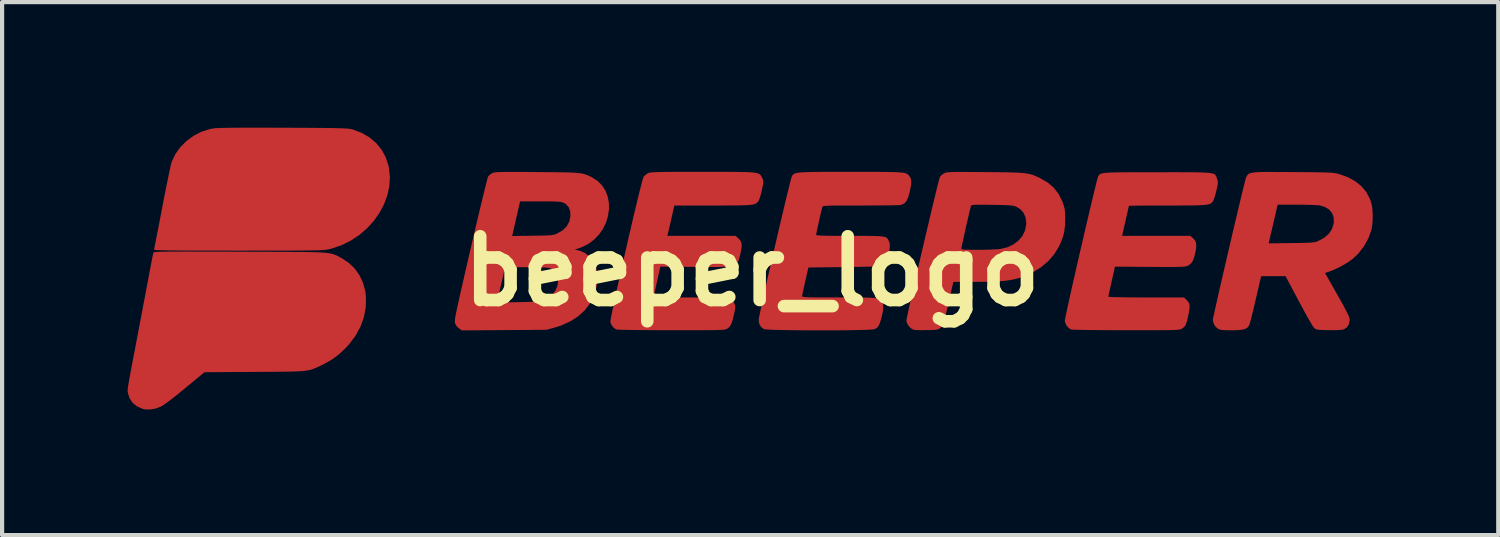
<source format=kicad_pcb>
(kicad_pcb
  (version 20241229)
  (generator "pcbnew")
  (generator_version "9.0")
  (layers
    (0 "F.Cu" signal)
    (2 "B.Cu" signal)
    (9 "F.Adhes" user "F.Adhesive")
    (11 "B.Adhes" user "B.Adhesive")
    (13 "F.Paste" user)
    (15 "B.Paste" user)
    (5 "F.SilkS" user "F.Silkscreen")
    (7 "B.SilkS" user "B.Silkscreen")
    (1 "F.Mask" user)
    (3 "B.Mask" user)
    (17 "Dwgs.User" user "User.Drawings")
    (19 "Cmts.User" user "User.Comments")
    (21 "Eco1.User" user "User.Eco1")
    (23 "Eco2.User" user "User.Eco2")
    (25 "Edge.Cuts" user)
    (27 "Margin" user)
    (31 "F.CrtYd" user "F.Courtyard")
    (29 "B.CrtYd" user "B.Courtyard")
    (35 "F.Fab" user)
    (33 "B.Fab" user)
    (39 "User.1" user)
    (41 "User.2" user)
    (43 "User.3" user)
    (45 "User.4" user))
  (footprint "beeper_logo"
    (layer "F.Cu")
    (at 14.919 3.429)
    (property "Reference" "beeper_logo" (at 0 0 0) (layer "F.SilkS") (effects (font (size 1.524 1.524) (thickness 0.3))))
    (attr board_only exclude_from_pos_files exclude_from_bom)
    (fp_poly (pts (xy -11.448 -3.428) (xy -11.169 -3.427) (xy -10.887 -3.426) (xy -10.642 -3.425) (xy -10.43 -3.423) (xy -10.25 -3.422) (xy -10.097 -3.42) (xy -9.97 -3.418) (xy -9.865 -3.415) (xy -9.781 -3.413) (xy -9.713 -3.409) (xy -9.66 -3.406) (xy -9.618 -3.401) (xy -9.585 -3.396) (xy -9.558 -3.39) (xy -9.542 -3.386) (xy -9.329 -3.305) (xy -9.142 -3.197) (xy -8.983 -3.063) (xy -8.853 -2.905) (xy -8.754 -2.724) (xy -8.688 -2.522) (xy -8.676 -2.467) (xy -8.653 -2.247) (xy -8.667 -2.025) (xy -8.716 -1.806) (xy -8.796 -1.593) (xy -8.905 -1.389) (xy -9.041 -1.197) (xy -9.202 -1.021) (xy -9.385 -0.864) (xy -9.587 -0.73) (xy -9.807 -0.621) (xy -10.042 -0.541) (xy -10.086 -0.53) (xy -10.113 -0.523) (xy -10.141 -0.518) (xy -10.172 -0.513) (xy -10.209 -0.509) (xy -10.254 -0.505) (xy -10.309 -0.502) (xy -10.378 -0.499) (xy -10.461 -0.497) (xy -10.562 -0.495) (xy -10.683 -0.494) (xy -10.827 -0.493) (xy -10.995 -0.492) (xy -11.191 -0.491) (xy -11.416 -0.491) (xy -11.674 -0.491) (xy -11.966 -0.491) (xy -12.273 -0.49) (xy -12.61 -0.491) (xy -12.911 -0.491) (xy -13.175 -0.491) (xy -13.407 -0.492) (xy -13.606 -0.493) (xy -13.776 -0.494) (xy -13.918 -0.496) (xy -14.033 -0.498) (xy -14.125 -0.5) (xy -14.194 -0.502) (xy -14.243 -0.505) (xy -14.274 -0.509) (xy -14.288 -0.513) (xy -14.289 -0.515) (xy -14.284 -0.538) (xy -14.272 -0.597) (xy -14.254 -0.686) (xy -14.232 -0.803) (xy -14.204 -0.943) (xy -14.173 -1.104) (xy -14.139 -1.281) (xy -14.103 -1.47) (xy -14.092 -1.529) (xy -14.054 -1.725) (xy -14.017 -1.911) (xy -13.982 -2.085) (xy -13.95 -2.242) (xy -13.922 -2.377) (xy -13.898 -2.487) (xy -13.879 -2.568) (xy -13.866 -2.615) (xy -13.864 -2.621) (xy -13.776 -2.802) (xy -13.656 -2.968) (xy -13.508 -3.114) (xy -13.339 -3.237) (xy -13.153 -3.332) (xy -12.955 -3.395) (xy -12.841 -3.415) (xy -12.788 -3.418) (xy -12.696 -3.422) (xy -12.569 -3.424) (xy -12.407 -3.427) (xy -12.212 -3.428) (xy -11.986 -3.429) (xy -11.731 -3.429)) (stroke (width 0) (type solid)) (fill yes) (layer "F.Cu"))
    (fp_poly (pts (xy -13.316 -0.468) (xy -13.088 -0.468) (xy -12.826 -0.467) (xy -12.53 -0.467) (xy -12.242 -0.466) (xy -11.906 -0.465) (xy -11.607 -0.464) (xy -11.342 -0.463) (xy -11.109 -0.462) (xy -10.906 -0.46) (xy -10.73 -0.459) (xy -10.579 -0.456) (xy -10.45 -0.453) (xy -10.341 -0.449) (xy -10.25 -0.444) (xy -10.175 -0.437) (xy -10.112 -0.429) (xy -10.06 -0.42) (xy -10.016 -0.409) (xy -9.978 -0.397) (xy -9.943 -0.382) (xy -9.908 -0.366) (xy -9.873 -0.347) (xy -9.834 -0.326) (xy -9.818 -0.318) (xy -9.644 -0.205) (xy -9.497 -0.066) (xy -9.38 0.097) (xy -9.294 0.281) (xy -9.24 0.484) (xy -9.224 0.628) (xy -9.23 0.865) (xy -9.274 1.098) (xy -9.355 1.324) (xy -9.473 1.54) (xy -9.626 1.745) (xy -9.719 1.846) (xy -9.876 1.992) (xy -10.038 2.111) (xy -10.218 2.214) (xy -10.281 2.245) (xy -10.346 2.275) (xy -10.403 2.302) (xy -10.455 2.324) (xy -10.506 2.343) (xy -10.559 2.359) (xy -10.618 2.371) (xy -10.686 2.381) (xy -10.767 2.389) (xy -10.863 2.394) (xy -10.98 2.398) (xy -11.119 2.401) (xy -11.284 2.403) (xy -11.48 2.405) (xy -11.709 2.406) (xy -11.892 2.407) (xy -13.084 2.414) (xy -13.549 2.799) (xy -13.714 2.934) (xy -13.856 3.046) (xy -13.973 3.135) (xy -14.063 3.198) (xy -14.126 3.236) (xy -14.132 3.239) (xy -14.26 3.285) (xy -14.39 3.306) (xy -14.511 3.301) (xy -14.567 3.288) (xy -14.7 3.227) (xy -14.802 3.144) (xy -14.872 3.037) (xy -14.906 2.935) (xy -14.911 2.914) (xy -14.915 2.896) (xy -14.918 2.877) (xy -14.919 2.855) (xy -14.918 2.826) (xy -14.914 2.788) (xy -14.906 2.736) (xy -14.895 2.668) (xy -14.88 2.581) (xy -14.86 2.471) (xy -14.834 2.335) (xy -14.803 2.17) (xy -14.765 1.973) (xy -14.721 1.741) (xy -14.72 1.736) (xy -14.68 1.525) (xy -14.637 1.299) (xy -14.593 1.067) (xy -14.55 0.838) (xy -14.508 0.619) (xy -14.471 0.421) (xy -14.439 0.252) (xy -14.436 0.235) (xy -14.407 0.081) (xy -14.38 -0.062) (xy -14.355 -0.189) (xy -14.335 -0.295) (xy -14.319 -0.375) (xy -14.309 -0.424) (xy -14.306 -0.437) (xy -14.303 -0.443) (xy -14.296 -0.448) (xy -14.282 -0.452) (xy -14.26 -0.456) (xy -14.228 -0.459) (xy -14.182 -0.462) (xy -14.122 -0.464) (xy -14.044 -0.466) (xy -13.946 -0.467) (xy -13.827 -0.468) (xy -13.684 -0.468) (xy -13.514 -0.469)) (stroke (width 0) (type solid)) (fill yes) (layer "F.Cu"))
    (fp_poly (pts (xy 5.194 -2.37) (xy 5.375 -2.369) (xy 5.57 -2.367) (xy 5.798 -2.365) (xy 5.991 -2.363) (xy 6.153 -2.36) (xy 6.287 -2.356) (xy 6.399 -2.351) (xy 6.491 -2.343) (xy 6.568 -2.333) (xy 6.634 -2.32) (xy 6.693 -2.304) (xy 6.749 -2.284) (xy 6.806 -2.259) (xy 6.867 -2.23) (xy 6.894 -2.216) (xy 7.068 -2.115) (xy 7.209 -1.993) (xy 7.322 -1.848) (xy 7.41 -1.675) (xy 7.43 -1.62) (xy 7.453 -1.551) (xy 7.468 -1.488) (xy 7.476 -1.418) (xy 7.48 -1.33) (xy 7.481 -1.245) (xy 7.476 -1.084) (xy 7.46 -0.948) (xy 7.429 -0.822) (xy 7.38 -0.692) (xy 7.334 -0.592) (xy 7.222 -0.408) (xy 7.078 -0.241) (xy 6.905 -0.094) (xy 6.707 0.03) (xy 6.489 0.127) (xy 6.404 0.156) (xy 6.302 0.185) (xy 6.198 0.207) (xy 6.086 0.225) (xy 5.96 0.238) (xy 5.815 0.247) (xy 5.644 0.252) (xy 5.442 0.255) (xy 5.352 0.255) (xy 4.809 0.255) (xy 4.756 0.485) (xy 4.711 0.681) (xy 4.674 0.843) (xy 4.643 0.973) (xy 4.617 1.077) (xy 4.597 1.157) (xy 4.579 1.217) (xy 4.564 1.26) (xy 4.55 1.292) (xy 4.537 1.315) (xy 4.523 1.332) (xy 4.509 1.346) (xy 4.485 1.368) (xy 4.462 1.383) (xy 4.433 1.394) (xy 4.39 1.4) (xy 4.327 1.404) (xy 4.236 1.407) (xy 4.162 1.408) (xy 4.047 1.41) (xy 3.965 1.409) (xy 3.907 1.406) (xy 3.866 1.399) (xy 3.835 1.388) (xy 3.811 1.375) (xy 3.753 1.324) (xy 3.709 1.258) (xy 3.688 1.193) (xy 3.687 1.183) (xy 3.692 1.153) (xy 3.704 1.089) (xy 3.725 0.993) (xy 3.751 0.87) (xy 3.784 0.723) (xy 3.822 0.554) (xy 3.864 0.368) (xy 3.91 0.168) (xy 3.959 -0.043) (xy 4.009 -0.261) (xy 4.061 -0.484) (xy 4.075 -0.546) (xy 5.002 -0.546) (xy 5.004 -0.534) (xy 5.014 -0.525) (xy 5.037 -0.518) (xy 5.078 -0.514) (xy 5.142 -0.512) (xy 5.234 -0.511) (xy 5.359 -0.51) (xy 5.399 -0.51) (xy 5.53 -0.511) (xy 5.658 -0.514) (xy 5.773 -0.519) (xy 5.866 -0.524) (xy 5.93 -0.53) (xy 5.931 -0.53) (xy 6.097 -0.57) (xy 6.243 -0.637) (xy 6.364 -0.728) (xy 6.457 -0.838) (xy 6.52 -0.967) (xy 6.549 -1.109) (xy 6.551 -1.156) (xy 6.534 -1.288) (xy 6.485 -1.398) (xy 6.404 -1.485) (xy 6.306 -1.543) (xy 6.276 -1.554) (xy 6.238 -1.563) (xy 6.188 -1.57) (xy 6.119 -1.575) (xy 6.028 -1.579) (xy 5.909 -1.582) (xy 5.755 -1.585) (xy 5.734 -1.585) (xy 5.582 -1.587) (xy 5.465 -1.588) (xy 5.377 -1.588) (xy 5.316 -1.586) (xy 5.274 -1.582) (xy 5.25 -1.577) (xy 5.236 -1.569) (xy 5.23 -1.558) (xy 5.23 -1.556) (xy 5.219 -1.516) (xy 5.202 -1.447) (xy 5.18 -1.356) (xy 5.155 -1.247) (xy 5.128 -1.128) (xy 5.1 -1.006) (xy 5.073 -0.886) (xy 5.049 -0.774) (xy 5.028 -0.678) (xy 5.012 -0.604) (xy 5.003 -0.558) (xy 5.002 -0.546) (xy 4.075 -0.546) (xy 4.113 -0.707) (xy 4.165 -0.928) (xy 4.216 -1.143) (xy 4.264 -1.348) (xy 4.31 -1.541) (xy 4.353 -1.718) (xy 4.391 -1.876) (xy 4.424 -2.011) (xy 4.452 -2.119) (xy 4.472 -2.198) (xy 4.486 -2.245) (xy 4.49 -2.256) (xy 4.531 -2.298) (xy 4.585 -2.337) (xy 4.591 -2.34) (xy 4.609 -2.348) (xy 4.631 -2.355) (xy 4.66 -2.36) (xy 4.701 -2.364) (xy 4.756 -2.367) (xy 4.829 -2.369) (xy 4.924 -2.37) (xy 5.044 -2.371)) (stroke (width 0) (type solid)) (fill yes) (layer "F.Cu"))
    (fp_poly (pts (xy 12.527 -2.37) (xy 12.726 -2.369) (xy 12.926 -2.368) (xy 13.145 -2.366) (xy 13.328 -2.365) (xy 13.48 -2.363) (xy 13.605 -2.361) (xy 13.705 -2.358) (xy 13.785 -2.355) (xy 13.849 -2.351) (xy 13.9 -2.345) (xy 13.942 -2.339) (xy 13.98 -2.332) (xy 14.016 -2.322) (xy 14.03 -2.319) (xy 14.237 -2.245) (xy 14.415 -2.147) (xy 14.563 -2.026) (xy 14.681 -1.882) (xy 14.766 -1.717) (xy 14.799 -1.617) (xy 14.818 -1.512) (xy 14.828 -1.384) (xy 14.829 -1.247) (xy 14.82 -1.115) (xy 14.802 -1.004) (xy 14.799 -0.991) (xy 14.727 -0.788) (xy 14.621 -0.597) (xy 14.489 -0.424) (xy 14.35 -0.293) (xy 14.247 -0.219) (xy 14.121 -0.143) (xy 13.987 -0.072) (xy 13.858 -0.015) (xy 13.793 0.009) (xy 13.69 0.043) (xy 13.747 0.144) (xy 13.863 0.348) (xy 13.961 0.522) (xy 14.042 0.667) (xy 14.109 0.786) (xy 14.162 0.883) (xy 14.202 0.961) (xy 14.233 1.022) (xy 14.254 1.069) (xy 14.268 1.105) (xy 14.275 1.132) (xy 14.278 1.155) (xy 14.279 1.166) (xy 14.263 1.261) (xy 14.218 1.336) (xy 14.149 1.385) (xy 14.128 1.393) (xy 14.073 1.402) (xy 13.985 1.408) (xy 13.87 1.41) (xy 13.766 1.409) (xy 13.653 1.406) (xy 13.573 1.403) (xy 13.518 1.397) (xy 13.481 1.389) (xy 13.455 1.377) (xy 13.433 1.36) (xy 13.428 1.355) (xy 13.407 1.327) (xy 13.37 1.268) (xy 13.32 1.184) (xy 13.26 1.078) (xy 13.192 0.954) (xy 13.118 0.818) (xy 13.062 0.713) (xy 12.746 0.118) (xy 12.165 0.118) (xy 12.153 0.166) (xy 12.145 0.197) (xy 12.13 0.261) (xy 12.109 0.352) (xy 12.083 0.465) (xy 12.053 0.594) (xy 12.022 0.728) (xy 11.989 0.867) (xy 11.958 0.996) (xy 11.93 1.109) (xy 11.905 1.2) (xy 11.887 1.264) (xy 11.876 1.295) (xy 11.846 1.339) (xy 11.803 1.37) (xy 11.743 1.392) (xy 11.659 1.405) (xy 11.545 1.411) (xy 11.452 1.412) (xy 11.342 1.411) (xy 11.263 1.409) (xy 11.208 1.403) (xy 11.168 1.393) (xy 11.135 1.379) (xy 11.125 1.372) (xy 11.062 1.314) (xy 11.022 1.237) (xy 11.011 1.154) (xy 11.014 1.131) (xy 11.037 1.026) (xy 11.066 0.894) (xy 11.101 0.739) (xy 11.14 0.564) (xy 11.184 0.372) (xy 11.231 0.167) (xy 11.281 -0.048) (xy 11.332 -0.27) (xy 11.384 -0.495) (xy 11.424 -0.664) (xy 12.342 -0.664) (xy 12.884 -0.671) (xy 13.047 -0.673) (xy 13.175 -0.676) (xy 13.275 -0.679) (xy 13.351 -0.683) (xy 13.408 -0.688) (xy 13.451 -0.695) (xy 13.485 -0.704) (xy 13.516 -0.716) (xy 13.517 -0.717) (xy 13.664 -0.794) (xy 13.776 -0.889) (xy 13.853 -1.001) (xy 13.895 -1.127) (xy 13.9 -1.163) (xy 13.896 -1.285) (xy 13.857 -1.389) (xy 13.786 -1.474) (xy 13.685 -1.535) (xy 13.575 -1.569) (xy 13.524 -1.575) (xy 13.442 -1.58) (xy 13.335 -1.584) (xy 13.211 -1.587) (xy 13.076 -1.589) (xy 13.013 -1.589) (xy 12.557 -1.589) (xy 12.504 -1.358) (xy 12.476 -1.236) (xy 12.443 -1.097) (xy 12.412 -0.963) (xy 12.396 -0.896) (xy 12.342 -0.664) (xy 11.424 -0.664) (xy 11.437 -0.72) (xy 11.489 -0.942) (xy 11.539 -1.156) (xy 11.588 -1.361) (xy 11.633 -1.553) (xy 11.675 -1.727) (xy 11.712 -1.881) (xy 11.744 -2.012) (xy 11.77 -2.116) (xy 11.789 -2.19) (xy 11.8 -2.23) (xy 11.802 -2.236) (xy 11.818 -2.266) (xy 11.834 -2.292) (xy 11.853 -2.313) (xy 11.879 -2.331) (xy 11.915 -2.344) (xy 11.965 -2.354) (xy 12.031 -2.362) (xy 12.117 -2.367) (xy 12.226 -2.37) (xy 12.362 -2.371)) (stroke (width 0) (type solid)) (fill yes) (layer "F.Cu"))
    (fp_poly (pts (xy -0.689 -2.373) (xy -0.497 -2.373) (xy -0.336 -2.371) (xy -0.202 -2.369) (xy -0.093 -2.366) (xy -0.006 -2.36) (xy 0.062 -2.353) (xy 0.113 -2.344) (xy 0.152 -2.332) (xy 0.179 -2.318) (xy 0.199 -2.3) (xy 0.215 -2.279) (xy 0.228 -2.255) (xy 0.242 -2.228) (xy 0.258 -2.195) (xy 0.267 -2.166) (xy 0.269 -2.132) (xy 0.264 -2.085) (xy 0.251 -2.015) (xy 0.235 -1.939) (xy 0.21 -1.834) (xy 0.184 -1.748) (xy 0.16 -1.689) (xy 0.15 -1.673) (xy 0.131 -1.65) (xy 0.111 -1.63) (xy 0.087 -1.614) (xy 0.055 -1.601) (xy 0.013 -1.591) (xy -0.045 -1.583) (xy -0.12 -1.578) (xy -0.217 -1.574) (xy -0.338 -1.571) (xy -0.488 -1.57) (xy -0.669 -1.569) (xy -0.886 -1.569) (xy -0.938 -1.569) (xy -1.857 -1.569) (xy -1.929 -1.25) (xy -1.954 -1.141) (xy -1.977 -1.042) (xy -1.996 -0.961) (xy -2.009 -0.906) (xy -2.013 -0.888) (xy -2.025 -0.843) (xy -0.395 -0.843) (xy -0.336 -0.794) (xy -0.285 -0.74) (xy -0.256 -0.681) (xy -0.247 -0.607) (xy -0.259 -0.511) (xy -0.273 -0.442) (xy -0.291 -0.365) (xy -0.308 -0.3) (xy -0.326 -0.246) (xy -0.349 -0.203) (xy -0.382 -0.169) (xy -0.426 -0.143) (xy -0.485 -0.124) (xy -0.563 -0.112) (xy -0.663 -0.104) (xy -0.789 -0.1) (xy -0.944 -0.099) (xy -1.131 -0.1) (xy -1.353 -0.102) (xy -1.366 -0.102) (xy -2.191 -0.108) (xy -2.266 0.226) (xy -2.291 0.337) (xy -2.313 0.436) (xy -2.332 0.517) (xy -2.344 0.572) (xy -2.349 0.593) (xy -2.35 0.601) (xy -2.344 0.608) (xy -2.328 0.614) (xy -2.3 0.618) (xy -2.255 0.621) (xy -2.191 0.624) (xy -2.105 0.625) (xy -1.992 0.627) (xy -1.85 0.627) (xy -1.676 0.628) (xy -1.466 0.628) (xy -1.456 0.628) (xy -1.245 0.628) (xy -1.069 0.628) (xy -0.926 0.628) (xy -0.811 0.629) (xy -0.721 0.631) (xy -0.652 0.634) (xy -0.602 0.637) (xy -0.566 0.642) (xy -0.541 0.647) (xy -0.523 0.655) (xy -0.509 0.663) (xy -0.5 0.67) (xy -0.455 0.719) (xy -0.419 0.778) (xy -0.418 0.78) (xy -0.406 0.815) (xy -0.401 0.851) (xy -0.405 0.897) (xy -0.417 0.963) (xy -0.433 1.037) (xy -0.461 1.152) (xy -0.487 1.236) (xy -0.515 1.296) (xy -0.547 1.338) (xy -0.588 1.37) (xy -0.594 1.374) (xy -0.608 1.381) (xy -0.624 1.388) (xy -0.646 1.394) (xy -0.676 1.398) (xy -0.717 1.402) (xy -0.773 1.405) (xy -0.846 1.407) (xy -0.939 1.409) (xy -1.055 1.41) (xy -1.197 1.411) (xy -1.368 1.411) (xy -1.571 1.411) (xy -1.809 1.411) (xy -1.932 1.411) (xy -2.153 1.41) (xy -2.363 1.41) (xy -2.559 1.408) (xy -2.737 1.407) (xy -2.893 1.405) (xy -3.026 1.402) (xy -3.13 1.4) (xy -3.203 1.397) (xy -3.242 1.394) (xy -3.246 1.393) (xy -3.31 1.349) (xy -3.361 1.281) (xy -3.386 1.214) (xy -3.383 1.184) (xy -3.372 1.119) (xy -3.354 1.023) (xy -3.328 0.898) (xy -3.297 0.75) (xy -3.261 0.58) (xy -3.22 0.392) (xy -3.175 0.19) (xy -3.127 -0.023) (xy -3.077 -0.244) (xy -3.026 -0.468) (xy -2.975 -0.694) (xy -2.923 -0.917) (xy -2.872 -1.134) (xy -2.824 -1.341) (xy -2.777 -1.536) (xy -2.734 -1.715) (xy -2.696 -1.874) (xy -2.661 -2.009) (xy -2.633 -2.119) (xy -2.611 -2.199) (xy -2.596 -2.246) (xy -2.592 -2.256) (xy -2.55 -2.298) (xy -2.495 -2.336) (xy -2.49 -2.339) (xy -2.474 -2.346) (xy -2.453 -2.352) (xy -2.425 -2.357) (xy -2.386 -2.361) (xy -2.334 -2.364) (xy -2.266 -2.367) (xy -2.178 -2.369) (xy -2.067 -2.371) (xy -1.931 -2.372) (xy -1.767 -2.373) (xy -1.571 -2.373) (xy -1.341 -2.373) (xy -1.177 -2.373) (xy -0.915 -2.373)) (stroke (width 0) (type solid)) (fill yes) (layer "F.Cu"))
    (fp_poly (pts (xy 10.374 -2.363) (xy 10.538 -2.362) (xy 10.674 -2.36) (xy 10.784 -2.357) (xy 10.872 -2.352) (xy 10.941 -2.346) (xy 10.992 -2.337) (xy 11.03 -2.325) (xy 11.056 -2.311) (xy 11.074 -2.294) (xy 11.087 -2.273) (xy 11.096 -2.249) (xy 11.106 -2.221) (xy 11.11 -2.21) (xy 11.123 -2.17) (xy 11.129 -2.134) (xy 11.128 -2.091) (xy 11.118 -2.032) (xy 11.099 -1.946) (xy 11.095 -1.929) (xy 11.072 -1.839) (xy 11.048 -1.759) (xy 11.026 -1.699) (xy 11.015 -1.677) (xy 10.998 -1.653) (xy 10.98 -1.633) (xy 10.958 -1.616) (xy 10.927 -1.603) (xy 10.885 -1.592) (xy 10.828 -1.584) (xy 10.753 -1.578) (xy 10.656 -1.574) (xy 10.535 -1.571) (xy 10.385 -1.57) (xy 10.204 -1.569) (xy 9.987 -1.569) (xy 9.925 -1.569) (xy 9.739 -1.569) (xy 9.566 -1.568) (xy 9.409 -1.568) (xy 9.272 -1.567) (xy 9.159 -1.565) (xy 9.074 -1.564) (xy 9.021 -1.562) (xy 9.003 -1.561) (xy 8.999 -1.539) (xy 8.987 -1.487) (xy 8.97 -1.41) (xy 8.948 -1.315) (xy 8.936 -1.261) (xy 8.912 -1.154) (xy 8.889 -1.056) (xy 8.871 -0.975) (xy 8.859 -0.92) (xy 8.856 -0.907) (xy 8.843 -0.843) (xy 10.471 -0.843) (xy 10.531 -0.793) (xy 10.579 -0.742) (xy 10.606 -0.684) (xy 10.614 -0.61) (xy 10.604 -0.513) (xy 10.589 -0.438) (xy 10.561 -0.327) (xy 10.531 -0.247) (xy 10.493 -0.191) (xy 10.444 -0.15) (xy 10.414 -0.132) (xy 10.395 -0.123) (xy 10.371 -0.116) (xy 10.34 -0.111) (xy 10.297 -0.107) (xy 10.238 -0.104) (xy 10.16 -0.102) (xy 10.059 -0.101) (xy 9.932 -0.1) (xy 9.773 -0.101) (xy 9.581 -0.102) (xy 9.508 -0.102) (xy 8.67 -0.108) (xy 8.658 -0.049) (xy 8.649 -0.009) (xy 8.634 0.06) (xy 8.613 0.151) (xy 8.59 0.254) (xy 8.579 0.3) (xy 8.556 0.403) (xy 8.536 0.492) (xy 8.522 0.56) (xy 8.514 0.601) (xy 8.512 0.609) (xy 8.532 0.614) (xy 8.588 0.617) (xy 8.678 0.621) (xy 8.801 0.623) (xy 8.953 0.626) (xy 9.132 0.627) (xy 9.337 0.628) (xy 9.417 0.628) (xy 10.321 0.628) (xy 10.388 0.694) (xy 10.43 0.744) (xy 10.45 0.791) (xy 10.454 0.853) (xy 10.449 0.916) (xy 10.435 1) (xy 10.415 1.094) (xy 10.393 1.185) (xy 10.37 1.259) (xy 10.353 1.3) (xy 10.324 1.334) (xy 10.278 1.37) (xy 10.272 1.374) (xy 10.258 1.382) (xy 10.242 1.388) (xy 10.22 1.394) (xy 10.189 1.398) (xy 10.148 1.402) (xy 10.092 1.405) (xy 10.019 1.407) (xy 9.925 1.409) (xy 9.808 1.41) (xy 9.666 1.411) (xy 9.494 1.411) (xy 9.29 1.411) (xy 9.051 1.411) (xy 8.934 1.411) (xy 8.713 1.41) (xy 8.503 1.41) (xy 8.307 1.408) (xy 8.129 1.407) (xy 7.972 1.405) (xy 7.84 1.402) (xy 7.735 1.4) (xy 7.662 1.397) (xy 7.623 1.394) (xy 7.618 1.393) (xy 7.559 1.353) (xy 7.509 1.291) (xy 7.478 1.221) (xy 7.473 1.186) (xy 7.477 1.155) (xy 7.49 1.09) (xy 7.51 0.994) (xy 7.536 0.87) (xy 7.569 0.721) (xy 7.606 0.552) (xy 7.648 0.365) (xy 7.694 0.164) (xy 7.742 -0.047) (xy 7.792 -0.267) (xy 7.843 -0.49) (xy 7.895 -0.714) (xy 7.946 -0.936) (xy 7.997 -1.151) (xy 8.045 -1.357) (xy 8.091 -1.551) (xy 8.133 -1.728) (xy 8.171 -1.886) (xy 8.204 -2.021) (xy 8.231 -2.129) (xy 8.252 -2.209) (xy 8.265 -2.255) (xy 8.269 -2.265) (xy 8.282 -2.284) (xy 8.295 -2.301) (xy 8.311 -2.315) (xy 8.332 -2.327) (xy 8.363 -2.336) (xy 8.406 -2.344) (xy 8.463 -2.35) (xy 8.537 -2.355) (xy 8.632 -2.358) (xy 8.75 -2.361) (xy 8.893 -2.362) (xy 9.066 -2.363) (xy 9.27 -2.363) (xy 9.508 -2.363) (xy 9.687 -2.363) (xy 9.952 -2.364) (xy 10.18 -2.364)) (stroke (width 0) (type solid)) (fill yes) (layer "F.Cu"))
    (fp_poly (pts (xy -5.553 -2.371) (xy -5.362 -2.37) (xy -5.143 -2.368) (xy -4.91 -2.366) (xy -4.713 -2.364) (xy -4.548 -2.362) (xy -4.41 -2.359) (xy -4.297 -2.355) (xy -4.205 -2.349) (xy -4.129 -2.342) (xy -4.067 -2.333) (xy -4.014 -2.321) (xy -3.967 -2.306) (xy -3.922 -2.288) (xy -3.876 -2.267) (xy -3.832 -2.246) (xy -3.694 -2.159) (xy -3.585 -2.05) (xy -3.503 -1.923) (xy -3.449 -1.782) (xy -3.421 -1.631) (xy -3.419 -1.475) (xy -3.442 -1.318) (xy -3.489 -1.163) (xy -3.56 -1.015) (xy -3.654 -0.878) (xy -3.771 -0.756) (xy -3.909 -0.653) (xy -4.068 -0.574) (xy -4.116 -0.556) (xy -4.241 -0.514) (xy -4.162 -0.501) (xy -4.101 -0.483) (xy -4.027 -0.451) (xy -3.978 -0.425) (xy -3.866 -0.336) (xy -3.78 -0.22) (xy -3.723 -0.082) (xy -3.695 0.076) (xy -3.697 0.251) (xy -3.716 0.373) (xy -3.777 0.582) (xy -3.871 0.769) (xy -3.997 0.935) (xy -4.155 1.079) (xy -4.343 1.2) (xy -4.562 1.298) (xy -4.726 1.35) (xy -4.913 1.401) (xy -5.924 1.408) (xy -6.934 1.415) (xy -7.002 1.369) (xy -7.067 1.304) (xy -7.095 1.248) (xy -7.099 1.233) (xy -7.102 1.215) (xy -7.102 1.191) (xy -7.099 1.159) (xy -7.093 1.116) (xy -7.084 1.061) (xy -7.07 0.989) (xy -7.051 0.9) (xy -7.028 0.79) (xy -7.01 0.712) (xy -6.08 0.712) (xy -6.079 0.724) (xy -6.071 0.732) (xy -6.054 0.738) (xy -6.021 0.742) (xy -5.969 0.745) (xy -5.893 0.745) (xy -5.789 0.744) (xy -5.652 0.742) (xy -5.575 0.74) (xy -5.412 0.737) (xy -5.282 0.733) (xy -5.182 0.729) (xy -5.106 0.723) (xy -5.049 0.716) (xy -5.006 0.706) (xy -4.979 0.698) (xy -4.863 0.638) (xy -4.767 0.556) (xy -4.694 0.457) (xy -4.649 0.347) (xy -4.634 0.234) (xy -4.652 0.123) (xy -4.663 0.094) (xy -4.702 0.03) (xy -4.751 -0.027) (xy -4.769 -0.041) (xy -4.789 -0.055) (xy -4.81 -0.066) (xy -4.837 -0.074) (xy -4.873 -0.081) (xy -4.925 -0.085) (xy -4.996 -0.088) (xy -5.093 -0.091) (xy -5.219 -0.092) (xy -5.369 -0.094) (xy -5.51 -0.095) (xy -5.636 -0.095) (xy -5.744 -0.095) (xy -5.827 -0.094) (xy -5.883 -0.092) (xy -5.904 -0.089) (xy -5.904 -0.089) (xy -5.908 -0.067) (xy -5.92 -0.013) (xy -5.938 0.067) (xy -5.961 0.167) (xy -5.988 0.282) (xy -5.992 0.299) (xy -6.019 0.417) (xy -6.043 0.524) (xy -6.062 0.612) (xy -6.075 0.677) (xy -6.08 0.711) (xy -6.08 0.712) (xy -7.01 0.712) (xy -6.998 0.657) (xy -6.963 0.499) (xy -6.92 0.313) (xy -6.871 0.097) (xy -6.813 -0.152) (xy -6.748 -0.436) (xy -6.728 -0.522) (xy -6.669 -0.775) (xy -6.654 -0.84) (xy -5.732 -0.84) (xy -5.244 -0.847) (xy -5.093 -0.849) (xy -4.976 -0.851) (xy -4.886 -0.854) (xy -4.819 -0.858) (xy -4.769 -0.864) (xy -4.73 -0.872) (xy -4.697 -0.883) (xy -4.664 -0.897) (xy -4.648 -0.904) (xy -4.52 -0.98) (xy -4.427 -1.073) (xy -4.367 -1.185) (xy -4.34 -1.313) (xy -4.345 -1.43) (xy -4.381 -1.527) (xy -4.448 -1.601) (xy -4.491 -1.628) (xy -4.518 -1.64) (xy -4.547 -1.649) (xy -4.584 -1.656) (xy -4.635 -1.661) (xy -4.704 -1.664) (xy -4.797 -1.666) (xy -4.92 -1.667) (xy -5.056 -1.667) (xy -5.543 -1.667) (xy -5.627 -1.299) (xy -5.654 -1.182) (xy -5.678 -1.075) (xy -5.699 -0.985) (xy -5.714 -0.92) (xy -5.722 -0.886) (xy -5.722 -0.886) (xy -5.732 -0.84) (xy -6.654 -0.84) (xy -6.612 -1.017) (xy -6.558 -1.245) (xy -6.508 -1.458) (xy -6.461 -1.652) (xy -6.419 -1.825) (xy -6.383 -1.973) (xy -6.352 -2.094) (xy -6.329 -2.185) (xy -6.312 -2.243) (xy -6.305 -2.264) (xy -6.266 -2.304) (xy -6.212 -2.34) (xy -6.206 -2.343) (xy -6.187 -2.351) (xy -6.163 -2.357) (xy -6.13 -2.362) (xy -6.085 -2.366) (xy -6.023 -2.368) (xy -5.943 -2.37) (xy -5.84 -2.371) (xy -5.711 -2.371)) (stroke (width 0) (type solid)) (fill yes) (layer "F.Cu"))
    (fp_poly (pts (xy 2.614 -2.373) (xy 2.837 -2.373) (xy 3.027 -2.372) (xy 3.187 -2.371) (xy 3.319 -2.369) (xy 3.427 -2.366) (xy 3.513 -2.361) (xy 3.58 -2.355) (xy 3.632 -2.348) (xy 3.671 -2.338) (xy 3.699 -2.326) (xy 3.721 -2.312) (xy 3.739 -2.295) (xy 3.755 -2.275) (xy 3.763 -2.265) (xy 3.789 -2.221) (xy 3.802 -2.166) (xy 3.802 -2.094) (xy 3.788 -1.999) (xy 3.763 -1.88) (xy 3.73 -1.762) (xy 3.691 -1.678) (xy 3.642 -1.622) (xy 3.58 -1.59) (xy 3.548 -1.582) (xy 3.516 -1.579) (xy 3.449 -1.577) (xy 3.352 -1.574) (xy 3.227 -1.573) (xy 3.081 -1.571) (xy 2.916 -1.57) (xy 2.738 -1.569) (xy 2.588 -1.569) (xy 2.376 -1.569) (xy 2.201 -1.569) (xy 2.057 -1.568) (xy 1.943 -1.567) (xy 1.855 -1.565) (xy 1.789 -1.562) (xy 1.742 -1.559) (xy 1.711 -1.555) (xy 1.693 -1.549) (xy 1.683 -1.542) (xy 1.679 -1.535) (xy 1.669 -1.497) (xy 1.653 -1.431) (xy 1.633 -1.347) (xy 1.611 -1.25) (xy 1.589 -1.15) (xy 1.568 -1.055) (xy 1.55 -0.971) (xy 1.537 -0.908) (xy 1.53 -0.873) (xy 1.53 -0.869) (xy 1.537 -0.863) (xy 1.559 -0.857) (xy 1.599 -0.853) (xy 1.661 -0.849) (xy 1.748 -0.847) (xy 1.863 -0.845) (xy 2.008 -0.844) (xy 2.187 -0.844) (xy 2.339 -0.843) (xy 2.546 -0.843) (xy 2.717 -0.843) (xy 2.856 -0.842) (xy 2.967 -0.839) (xy 3.053 -0.835) (xy 3.118 -0.829) (xy 3.165 -0.82) (xy 3.199 -0.808) (xy 3.223 -0.792) (xy 3.24 -0.773) (xy 3.254 -0.748) (xy 3.266 -0.725) (xy 3.287 -0.67) (xy 3.293 -0.604) (xy 3.285 -0.521) (xy 3.262 -0.412) (xy 3.255 -0.384) (xy 3.226 -0.283) (xy 3.194 -0.213) (xy 3.155 -0.164) (xy 3.109 -0.131) (xy 3.082 -0.124) (xy 3.025 -0.119) (xy 2.935 -0.113) (xy 2.812 -0.109) (xy 2.653 -0.105) (xy 2.458 -0.101) (xy 2.226 -0.098) (xy 2.208 -0.098) (xy 1.346 -0.088) (xy 1.272 0.235) (xy 1.248 0.345) (xy 1.226 0.443) (xy 1.21 0.522) (xy 1.2 0.575) (xy 1.197 0.593) (xy 1.199 0.601) (xy 1.207 0.608) (xy 1.224 0.614) (xy 1.255 0.618) (xy 1.301 0.621) (xy 1.367 0.624) (xy 1.456 0.626) (xy 1.571 0.627) (xy 1.716 0.627) (xy 1.894 0.628) (xy 2.08 0.628) (xy 2.3 0.628) (xy 2.483 0.628) (xy 2.635 0.629) (xy 2.757 0.632) (xy 2.854 0.636) (xy 2.929 0.642) (xy 2.985 0.65) (xy 3.026 0.661) (xy 3.055 0.675) (xy 3.076 0.692) (xy 3.092 0.714) (xy 3.106 0.739) (xy 3.108 0.745) (xy 3.128 0.795) (xy 3.136 0.852) (xy 3.131 0.923) (xy 3.114 1.018) (xy 3.096 1.094) (xy 3.066 1.202) (xy 3.038 1.279) (xy 3.006 1.331) (xy 2.967 1.366) (xy 2.929 1.385) (xy 2.895 1.391) (xy 2.826 1.397) (xy 2.726 1.401) (xy 2.6 1.405) (xy 2.45 1.408) (xy 2.282 1.411) (xy 2.1 1.413) (xy 1.907 1.414) (xy 1.708 1.414) (xy 1.507 1.414) (xy 1.308 1.413) (xy 1.115 1.412) (xy 0.932 1.41) (xy 0.764 1.407) (xy 0.614 1.404) (xy 0.487 1.4) (xy 0.386 1.395) (xy 0.316 1.39) (xy 0.281 1.384) (xy 0.281 1.383) (xy 0.216 1.335) (xy 0.173 1.261) (xy 0.157 1.17) (xy 0.157 1.168) (xy 0.161 1.136) (xy 0.174 1.069) (xy 0.194 0.972) (xy 0.221 0.847) (xy 0.253 0.698) (xy 0.291 0.528) (xy 0.333 0.34) (xy 0.378 0.139) (xy 0.427 -0.073) (xy 0.477 -0.293) (xy 0.528 -0.516) (xy 0.58 -0.74) (xy 0.632 -0.961) (xy 0.682 -1.175) (xy 0.73 -1.38) (xy 0.776 -1.572) (xy 0.818 -1.748) (xy 0.856 -1.904) (xy 0.889 -2.036) (xy 0.916 -2.143) (xy 0.936 -2.219) (xy 0.949 -2.262) (xy 0.952 -2.269) (xy 0.966 -2.29) (xy 0.98 -2.307) (xy 0.999 -2.322) (xy 1.023 -2.334) (xy 1.058 -2.345) (xy 1.104 -2.353) (xy 1.166 -2.359) (xy 1.246 -2.364) (xy 1.347 -2.368) (xy 1.472 -2.37) (xy 1.623 -2.372) (xy 1.805 -2.373) (xy 2.018 -2.373) (xy 2.268 -2.373) (xy 2.354 -2.373)) (stroke (width 0) (type solid)) (fill yes) (layer "F.Cu"))
    (fp_poly (pts (xy -11.448 -3.428) (xy -11.169 -3.427) (xy -10.887 -3.426) (xy -10.642 -3.425) (xy -10.43 -3.423) (xy -10.25 -3.422) (xy -10.097 -3.42) (xy -9.97 -3.418) (xy -9.865 -3.415) (xy -9.781 -3.413) (xy -9.713 -3.409) (xy -9.66 -3.406) (xy -9.618 -3.401) (xy -9.585 -3.396) (xy -9.558 -3.39) (xy -9.542 -3.386) (xy -9.329 -3.305) (xy -9.142 -3.197) (xy -8.983 -3.063) (xy -8.853 -2.905) (xy -8.754 -2.724) (xy -8.688 -2.522) (xy -8.676 -2.467) (xy -8.653 -2.247) (xy -8.667 -2.025) (xy -8.716 -1.806) (xy -8.796 -1.593) (xy -8.905 -1.389) (xy -9.041 -1.197) (xy -9.202 -1.021) (xy -9.385 -0.864) (xy -9.587 -0.73) (xy -9.807 -0.621) (xy -10.042 -0.541) (xy -10.086 -0.53) (xy -10.113 -0.523) (xy -10.141 -0.518) (xy -10.172 -0.513) (xy -10.209 -0.509) (xy -10.254 -0.505) (xy -10.309 -0.502) (xy -10.378 -0.499) (xy -10.461 -0.497) (xy -10.562 -0.495) (xy -10.683 -0.494) (xy -10.827 -0.493) (xy -10.995 -0.492) (xy -11.191 -0.491) (xy -11.416 -0.491) (xy -11.674 -0.491) (xy -11.966 -0.491) (xy -12.273 -0.49) (xy -12.61 -0.491) (xy -12.911 -0.491) (xy -13.175 -0.491) (xy -13.407 -0.492) (xy -13.606 -0.493) (xy -13.776 -0.494) (xy -13.918 -0.496) (xy -14.033 -0.498) (xy -14.125 -0.5) (xy -14.194 -0.502) (xy -14.243 -0.505) (xy -14.274 -0.509) (xy -14.288 -0.513) (xy -14.289 -0.515) (xy -14.284 -0.538) (xy -14.272 -0.597) (xy -14.254 -0.686) (xy -14.232 -0.803) (xy -14.204 -0.943) (xy -14.173 -1.104) (xy -14.139 -1.281) (xy -14.103 -1.47) (xy -14.092 -1.529) (xy -14.054 -1.725) (xy -14.017 -1.911) (xy -13.982 -2.085) (xy -13.95 -2.242) (xy -13.922 -2.377) (xy -13.898 -2.487) (xy -13.879 -2.568) (xy -13.866 -2.615) (xy -13.864 -2.621) (xy -13.776 -2.802) (xy -13.656 -2.968) (xy -13.508 -3.114) (xy -13.339 -3.237) (xy -13.153 -3.332) (xy -12.955 -3.395) (xy -12.841 -3.415) (xy -12.788 -3.418) (xy -12.696 -3.422) (xy -12.569 -3.424) (xy -12.407 -3.427) (xy -12.212 -3.428) (xy -11.986 -3.429) (xy -11.731 -3.429)) (stroke (width 0) (type solid)) (fill yes) (layer "F.Mask"))
    (fp_poly (pts (xy -13.316 -0.468) (xy -13.088 -0.468) (xy -12.826 -0.467) (xy -12.53 -0.467) (xy -12.242 -0.466) (xy -11.906 -0.465) (xy -11.607 -0.464) (xy -11.342 -0.463) (xy -11.109 -0.462) (xy -10.906 -0.46) (xy -10.73 -0.459) (xy -10.579 -0.456) (xy -10.45 -0.453) (xy -10.341 -0.449) (xy -10.25 -0.444) (xy -10.175 -0.437) (xy -10.112 -0.429) (xy -10.06 -0.42) (xy -10.016 -0.409) (xy -9.978 -0.397) (xy -9.943 -0.382) (xy -9.908 -0.366) (xy -9.873 -0.347) (xy -9.834 -0.326) (xy -9.818 -0.318) (xy -9.644 -0.205) (xy -9.497 -0.066) (xy -9.38 0.097) (xy -9.294 0.281) (xy -9.24 0.484) (xy -9.224 0.628) (xy -9.23 0.865) (xy -9.274 1.098) (xy -9.355 1.324) (xy -9.473 1.54) (xy -9.626 1.745) (xy -9.719 1.846) (xy -9.876 1.992) (xy -10.038 2.111) (xy -10.218 2.214) (xy -10.281 2.245) (xy -10.346 2.275) (xy -10.403 2.302) (xy -10.455 2.324) (xy -10.506 2.343) (xy -10.559 2.359) (xy -10.618 2.371) (xy -10.686 2.381) (xy -10.767 2.389) (xy -10.863 2.394) (xy -10.98 2.398) (xy -11.119 2.401) (xy -11.284 2.403) (xy -11.48 2.405) (xy -11.709 2.406) (xy -11.892 2.407) (xy -13.084 2.414) (xy -13.549 2.799) (xy -13.714 2.934) (xy -13.856 3.046) (xy -13.973 3.135) (xy -14.063 3.198) (xy -14.126 3.236) (xy -14.132 3.239) (xy -14.26 3.285) (xy -14.39 3.306) (xy -14.511 3.301) (xy -14.567 3.288) (xy -14.7 3.227) (xy -14.802 3.144) (xy -14.872 3.037) (xy -14.906 2.935) (xy -14.911 2.914) (xy -14.915 2.896) (xy -14.918 2.877) (xy -14.919 2.855) (xy -14.918 2.826) (xy -14.914 2.788) (xy -14.906 2.736) (xy -14.895 2.668) (xy -14.88 2.581) (xy -14.86 2.471) (xy -14.834 2.335) (xy -14.803 2.17) (xy -14.765 1.973) (xy -14.721 1.741) (xy -14.72 1.736) (xy -14.68 1.525) (xy -14.637 1.299) (xy -14.593 1.067) (xy -14.55 0.838) (xy -14.508 0.619) (xy -14.471 0.421) (xy -14.439 0.252) (xy -14.436 0.235) (xy -14.407 0.081) (xy -14.38 -0.062) (xy -14.355 -0.189) (xy -14.335 -0.295) (xy -14.319 -0.375) (xy -14.309 -0.424) (xy -14.306 -0.437) (xy -14.303 -0.443) (xy -14.296 -0.448) (xy -14.282 -0.452) (xy -14.26 -0.456) (xy -14.228 -0.459) (xy -14.182 -0.462) (xy -14.122 -0.464) (xy -14.044 -0.466) (xy -13.946 -0.467) (xy -13.827 -0.468) (xy -13.684 -0.468) (xy -13.514 -0.469)) (stroke (width 0) (type solid)) (fill yes) (layer "F.Mask"))
    (fp_poly (pts (xy 5.194 -2.37) (xy 5.375 -2.369) (xy 5.57 -2.367) (xy 5.798 -2.365) (xy 5.991 -2.363) (xy 6.153 -2.36) (xy 6.287 -2.356) (xy 6.399 -2.351) (xy 6.491 -2.343) (xy 6.568 -2.333) (xy 6.634 -2.32) (xy 6.693 -2.304) (xy 6.749 -2.284) (xy 6.806 -2.259) (xy 6.867 -2.23) (xy 6.894 -2.216) (xy 7.068 -2.115) (xy 7.209 -1.993) (xy 7.322 -1.848) (xy 7.41 -1.675) (xy 7.43 -1.62) (xy 7.453 -1.551) (xy 7.468 -1.488) (xy 7.476 -1.418) (xy 7.48 -1.33) (xy 7.481 -1.245) (xy 7.476 -1.084) (xy 7.46 -0.948) (xy 7.429 -0.822) (xy 7.38 -0.692) (xy 7.334 -0.592) (xy 7.222 -0.408) (xy 7.078 -0.241) (xy 6.905 -0.094) (xy 6.707 0.03) (xy 6.489 0.127) (xy 6.404 0.156) (xy 6.302 0.185) (xy 6.198 0.207) (xy 6.086 0.225) (xy 5.96 0.238) (xy 5.815 0.247) (xy 5.644 0.252) (xy 5.442 0.255) (xy 5.352 0.255) (xy 4.809 0.255) (xy 4.756 0.485) (xy 4.711 0.681) (xy 4.674 0.843) (xy 4.643 0.973) (xy 4.617 1.077) (xy 4.597 1.157) (xy 4.579 1.217) (xy 4.564 1.26) (xy 4.55 1.292) (xy 4.537 1.315) (xy 4.523 1.332) (xy 4.509 1.346) (xy 4.485 1.368) (xy 4.462 1.383) (xy 4.433 1.394) (xy 4.39 1.4) (xy 4.327 1.404) (xy 4.236 1.407) (xy 4.162 1.408) (xy 4.047 1.41) (xy 3.965 1.409) (xy 3.907 1.406) (xy 3.866 1.399) (xy 3.835 1.388) (xy 3.811 1.375) (xy 3.753 1.324) (xy 3.709 1.258) (xy 3.688 1.193) (xy 3.687 1.183) (xy 3.692 1.153) (xy 3.704 1.089) (xy 3.725 0.993) (xy 3.751 0.87) (xy 3.784 0.723) (xy 3.822 0.554) (xy 3.864 0.368) (xy 3.91 0.168) (xy 3.959 -0.043) (xy 4.009 -0.261) (xy 4.061 -0.484) (xy 4.075 -0.546) (xy 5.002 -0.546) (xy 5.004 -0.534) (xy 5.014 -0.525) (xy 5.037 -0.518) (xy 5.078 -0.514) (xy 5.142 -0.512) (xy 5.234 -0.511) (xy 5.359 -0.51) (xy 5.399 -0.51) (xy 5.53 -0.511) (xy 5.658 -0.514) (xy 5.773 -0.519) (xy 5.866 -0.524) (xy 5.93 -0.53) (xy 5.931 -0.53) (xy 6.097 -0.57) (xy 6.243 -0.637) (xy 6.364 -0.728) (xy 6.457 -0.838) (xy 6.52 -0.967) (xy 6.549 -1.109) (xy 6.551 -1.156) (xy 6.534 -1.288) (xy 6.485 -1.398) (xy 6.404 -1.485) (xy 6.306 -1.543) (xy 6.276 -1.554) (xy 6.238 -1.563) (xy 6.188 -1.57) (xy 6.119 -1.575) (xy 6.028 -1.579) (xy 5.909 -1.582) (xy 5.755 -1.585) (xy 5.734 -1.585) (xy 5.582 -1.587) (xy 5.465 -1.588) (xy 5.377 -1.588) (xy 5.316 -1.586) (xy 5.274 -1.582) (xy 5.25 -1.577) (xy 5.236 -1.569) (xy 5.23 -1.558) (xy 5.23 -1.556) (xy 5.219 -1.516) (xy 5.202 -1.447) (xy 5.18 -1.356) (xy 5.155 -1.247) (xy 5.128 -1.128) (xy 5.1 -1.006) (xy 5.073 -0.886) (xy 5.049 -0.774) (xy 5.028 -0.678) (xy 5.012 -0.604) (xy 5.003 -0.558) (xy 5.002 -0.546) (xy 4.075 -0.546) (xy 4.113 -0.707) (xy 4.165 -0.928) (xy 4.216 -1.143) (xy 4.264 -1.348) (xy 4.31 -1.541) (xy 4.353 -1.718) (xy 4.391 -1.876) (xy 4.424 -2.011) (xy 4.452 -2.119) (xy 4.472 -2.198) (xy 4.486 -2.245) (xy 4.49 -2.256) (xy 4.531 -2.298) (xy 4.585 -2.337) (xy 4.591 -2.34) (xy 4.609 -2.348) (xy 4.631 -2.355) (xy 4.66 -2.36) (xy 4.701 -2.364) (xy 4.756 -2.367) (xy 4.829 -2.369) (xy 4.924 -2.37) (xy 5.044 -2.371)) (stroke (width 0) (type solid)) (fill yes) (layer "F.Mask"))
    (fp_poly (pts (xy 12.527 -2.37) (xy 12.726 -2.369) (xy 12.926 -2.368) (xy 13.145 -2.366) (xy 13.328 -2.365) (xy 13.48 -2.363) (xy 13.605 -2.361) (xy 13.705 -2.358) (xy 13.785 -2.355) (xy 13.849 -2.351) (xy 13.9 -2.345) (xy 13.942 -2.339) (xy 13.98 -2.332) (xy 14.016 -2.322) (xy 14.03 -2.319) (xy 14.237 -2.245) (xy 14.415 -2.147) (xy 14.563 -2.026) (xy 14.681 -1.882) (xy 14.766 -1.717) (xy 14.799 -1.617) (xy 14.818 -1.512) (xy 14.828 -1.384) (xy 14.829 -1.247) (xy 14.82 -1.115) (xy 14.802 -1.004) (xy 14.799 -0.991) (xy 14.727 -0.788) (xy 14.621 -0.597) (xy 14.489 -0.424) (xy 14.35 -0.293) (xy 14.247 -0.219) (xy 14.121 -0.143) (xy 13.987 -0.072) (xy 13.858 -0.015) (xy 13.793 0.009) (xy 13.69 0.043) (xy 13.747 0.144) (xy 13.863 0.348) (xy 13.961 0.522) (xy 14.042 0.667) (xy 14.109 0.786) (xy 14.162 0.883) (xy 14.202 0.961) (xy 14.233 1.022) (xy 14.254 1.069) (xy 14.268 1.105) (xy 14.275 1.132) (xy 14.278 1.155) (xy 14.279 1.166) (xy 14.263 1.261) (xy 14.218 1.336) (xy 14.149 1.385) (xy 14.128 1.393) (xy 14.073 1.402) (xy 13.985 1.408) (xy 13.87 1.41) (xy 13.766 1.409) (xy 13.653 1.406) (xy 13.573 1.403) (xy 13.518 1.397) (xy 13.481 1.389) (xy 13.455 1.377) (xy 13.433 1.36) (xy 13.428 1.355) (xy 13.407 1.327) (xy 13.37 1.268) (xy 13.32 1.184) (xy 13.26 1.078) (xy 13.192 0.954) (xy 13.118 0.818) (xy 13.062 0.713) (xy 12.746 0.118) (xy 12.165 0.118) (xy 12.153 0.166) (xy 12.145 0.197) (xy 12.13 0.261) (xy 12.109 0.352) (xy 12.083 0.465) (xy 12.053 0.594) (xy 12.022 0.728) (xy 11.989 0.867) (xy 11.958 0.996) (xy 11.93 1.109) (xy 11.905 1.2) (xy 11.887 1.264) (xy 11.876 1.295) (xy 11.846 1.339) (xy 11.803 1.37) (xy 11.743 1.392) (xy 11.659 1.405) (xy 11.545 1.411) (xy 11.452 1.412) (xy 11.342 1.411) (xy 11.263 1.409) (xy 11.208 1.403) (xy 11.168 1.393) (xy 11.135 1.379) (xy 11.125 1.372) (xy 11.062 1.314) (xy 11.022 1.237) (xy 11.011 1.154) (xy 11.014 1.131) (xy 11.037 1.026) (xy 11.066 0.894) (xy 11.101 0.739) (xy 11.14 0.564) (xy 11.184 0.372) (xy 11.231 0.167) (xy 11.281 -0.048) (xy 11.332 -0.27) (xy 11.384 -0.495) (xy 11.424 -0.664) (xy 12.342 -0.664) (xy 12.884 -0.671) (xy 13.047 -0.673) (xy 13.175 -0.676) (xy 13.275 -0.679) (xy 13.351 -0.683) (xy 13.408 -0.688) (xy 13.451 -0.695) (xy 13.485 -0.704) (xy 13.516 -0.716) (xy 13.517 -0.717) (xy 13.664 -0.794) (xy 13.776 -0.889) (xy 13.853 -1.001) (xy 13.895 -1.127) (xy 13.9 -1.163) (xy 13.896 -1.285) (xy 13.857 -1.389) (xy 13.786 -1.474) (xy 13.685 -1.535) (xy 13.575 -1.569) (xy 13.524 -1.575) (xy 13.442 -1.58) (xy 13.335 -1.584) (xy 13.211 -1.587) (xy 13.076 -1.589) (xy 13.013 -1.589) (xy 12.557 -1.589) (xy 12.504 -1.358) (xy 12.476 -1.236) (xy 12.443 -1.097) (xy 12.412 -0.963) (xy 12.396 -0.896) (xy 12.342 -0.664) (xy 11.424 -0.664) (xy 11.437 -0.72) (xy 11.489 -0.942) (xy 11.539 -1.156) (xy 11.588 -1.361) (xy 11.633 -1.553) (xy 11.675 -1.727) (xy 11.712 -1.881) (xy 11.744 -2.012) (xy 11.77 -2.116) (xy 11.789 -2.19) (xy 11.8 -2.23) (xy 11.802 -2.236) (xy 11.818 -2.266) (xy 11.834 -2.292) (xy 11.853 -2.313) (xy 11.879 -2.331) (xy 11.915 -2.344) (xy 11.965 -2.354) (xy 12.031 -2.362) (xy 12.117 -2.367) (xy 12.226 -2.37) (xy 12.362 -2.371)) (stroke (width 0) (type solid)) (fill yes) (layer "F.Mask"))
    (fp_poly (pts (xy -0.689 -2.373) (xy -0.497 -2.373) (xy -0.336 -2.371) (xy -0.202 -2.369) (xy -0.093 -2.366) (xy -0.006 -2.36) (xy 0.062 -2.353) (xy 0.113 -2.344) (xy 0.152 -2.332) (xy 0.179 -2.318) (xy 0.199 -2.3) (xy 0.215 -2.279) (xy 0.228 -2.255) (xy 0.242 -2.228) (xy 0.258 -2.195) (xy 0.267 -2.166) (xy 0.269 -2.132) (xy 0.264 -2.085) (xy 0.251 -2.015) (xy 0.235 -1.939) (xy 0.21 -1.834) (xy 0.184 -1.748) (xy 0.16 -1.689) (xy 0.15 -1.673) (xy 0.131 -1.65) (xy 0.111 -1.63) (xy 0.087 -1.614) (xy 0.055 -1.601) (xy 0.013 -1.591) (xy -0.045 -1.583) (xy -0.12 -1.578) (xy -0.217 -1.574) (xy -0.338 -1.571) (xy -0.488 -1.57) (xy -0.669 -1.569) (xy -0.886 -1.569) (xy -0.938 -1.569) (xy -1.857 -1.569) (xy -1.929 -1.25) (xy -1.954 -1.141) (xy -1.977 -1.042) (xy -1.996 -0.961) (xy -2.009 -0.906) (xy -2.013 -0.888) (xy -2.025 -0.843) (xy -0.395 -0.843) (xy -0.336 -0.794) (xy -0.285 -0.74) (xy -0.256 -0.681) (xy -0.247 -0.607) (xy -0.259 -0.511) (xy -0.273 -0.442) (xy -0.291 -0.365) (xy -0.308 -0.3) (xy -0.326 -0.246) (xy -0.349 -0.203) (xy -0.382 -0.169) (xy -0.426 -0.143) (xy -0.485 -0.124) (xy -0.563 -0.112) (xy -0.663 -0.104) (xy -0.789 -0.1) (xy -0.944 -0.099) (xy -1.131 -0.1) (xy -1.353 -0.102) (xy -1.366 -0.102) (xy -2.191 -0.108) (xy -2.266 0.226) (xy -2.291 0.337) (xy -2.313 0.436) (xy -2.332 0.517) (xy -2.344 0.572) (xy -2.349 0.593) (xy -2.35 0.601) (xy -2.344 0.608) (xy -2.328 0.614) (xy -2.3 0.618) (xy -2.255 0.621) (xy -2.191 0.624) (xy -2.105 0.625) (xy -1.992 0.627) (xy -1.85 0.627) (xy -1.676 0.628) (xy -1.466 0.628) (xy -1.456 0.628) (xy -1.245 0.628) (xy -1.069 0.628) (xy -0.926 0.628) (xy -0.811 0.629) (xy -0.721 0.631) (xy -0.652 0.634) (xy -0.602 0.637) (xy -0.566 0.642) (xy -0.541 0.647) (xy -0.523 0.655) (xy -0.509 0.663) (xy -0.5 0.67) (xy -0.455 0.719) (xy -0.419 0.778) (xy -0.418 0.78) (xy -0.406 0.815) (xy -0.401 0.851) (xy -0.405 0.897) (xy -0.417 0.963) (xy -0.433 1.037) (xy -0.461 1.152) (xy -0.487 1.236) (xy -0.515 1.296) (xy -0.547 1.338) (xy -0.588 1.37) (xy -0.594 1.374) (xy -0.608 1.381) (xy -0.624 1.388) (xy -0.646 1.394) (xy -0.676 1.398) (xy -0.717 1.402) (xy -0.773 1.405) (xy -0.846 1.407) (xy -0.939 1.409) (xy -1.055 1.41) (xy -1.197 1.411) (xy -1.368 1.411) (xy -1.571 1.411) (xy -1.809 1.411) (xy -1.932 1.411) (xy -2.153 1.41) (xy -2.363 1.41) (xy -2.559 1.408) (xy -2.737 1.407) (xy -2.893 1.405) (xy -3.026 1.402) (xy -3.13 1.4) (xy -3.203 1.397) (xy -3.242 1.394) (xy -3.246 1.393) (xy -3.31 1.349) (xy -3.361 1.281) (xy -3.386 1.214) (xy -3.383 1.184) (xy -3.372 1.119) (xy -3.354 1.023) (xy -3.328 0.898) (xy -3.297 0.75) (xy -3.261 0.58) (xy -3.22 0.392) (xy -3.175 0.19) (xy -3.127 -0.023) (xy -3.077 -0.244) (xy -3.026 -0.468) (xy -2.975 -0.694) (xy -2.923 -0.917) (xy -2.872 -1.134) (xy -2.824 -1.341) (xy -2.777 -1.536) (xy -2.734 -1.715) (xy -2.696 -1.874) (xy -2.661 -2.009) (xy -2.633 -2.119) (xy -2.611 -2.199) (xy -2.596 -2.246) (xy -2.592 -2.256) (xy -2.55 -2.298) (xy -2.495 -2.336) (xy -2.49 -2.339) (xy -2.474 -2.346) (xy -2.453 -2.352) (xy -2.425 -2.357) (xy -2.386 -2.361) (xy -2.334 -2.364) (xy -2.266 -2.367) (xy -2.178 -2.369) (xy -2.067 -2.371) (xy -1.931 -2.372) (xy -1.767 -2.373) (xy -1.571 -2.373) (xy -1.341 -2.373) (xy -1.177 -2.373) (xy -0.915 -2.373)) (stroke (width 0) (type solid)) (fill yes) (layer "F.Mask"))
    (fp_poly (pts (xy 10.374 -2.363) (xy 10.538 -2.362) (xy 10.674 -2.36) (xy 10.784 -2.357) (xy 10.872 -2.352) (xy 10.941 -2.346) (xy 10.992 -2.337) (xy 11.03 -2.325) (xy 11.056 -2.311) (xy 11.074 -2.294) (xy 11.087 -2.273) (xy 11.096 -2.249) (xy 11.106 -2.221) (xy 11.11 -2.21) (xy 11.123 -2.17) (xy 11.129 -2.134) (xy 11.128 -2.091) (xy 11.118 -2.032) (xy 11.099 -1.946) (xy 11.095 -1.929) (xy 11.072 -1.839) (xy 11.048 -1.759) (xy 11.026 -1.699) (xy 11.015 -1.677) (xy 10.998 -1.653) (xy 10.98 -1.633) (xy 10.958 -1.616) (xy 10.927 -1.603) (xy 10.885 -1.592) (xy 10.828 -1.584) (xy 10.753 -1.578) (xy 10.656 -1.574) (xy 10.535 -1.571) (xy 10.385 -1.57) (xy 10.204 -1.569) (xy 9.987 -1.569) (xy 9.925 -1.569) (xy 9.739 -1.569) (xy 9.566 -1.568) (xy 9.409 -1.568) (xy 9.272 -1.567) (xy 9.159 -1.565) (xy 9.074 -1.564) (xy 9.021 -1.562) (xy 9.003 -1.561) (xy 8.999 -1.539) (xy 8.987 -1.487) (xy 8.97 -1.41) (xy 8.948 -1.315) (xy 8.936 -1.261) (xy 8.912 -1.154) (xy 8.889 -1.056) (xy 8.871 -0.975) (xy 8.859 -0.92) (xy 8.856 -0.907) (xy 8.843 -0.843) (xy 10.471 -0.843) (xy 10.531 -0.793) (xy 10.579 -0.742) (xy 10.606 -0.684) (xy 10.614 -0.61) (xy 10.604 -0.513) (xy 10.589 -0.438) (xy 10.561 -0.327) (xy 10.531 -0.247) (xy 10.493 -0.191) (xy 10.444 -0.15) (xy 10.414 -0.132) (xy 10.395 -0.123) (xy 10.371 -0.116) (xy 10.34 -0.111) (xy 10.297 -0.107) (xy 10.238 -0.104) (xy 10.16 -0.102) (xy 10.059 -0.101) (xy 9.932 -0.1) (xy 9.773 -0.101) (xy 9.581 -0.102) (xy 9.508 -0.102) (xy 8.67 -0.108) (xy 8.658 -0.049) (xy 8.649 -0.009) (xy 8.634 0.06) (xy 8.613 0.151) (xy 8.59 0.254) (xy 8.579 0.3) (xy 8.556 0.403) (xy 8.536 0.492) (xy 8.522 0.56) (xy 8.514 0.601) (xy 8.512 0.609) (xy 8.532 0.614) (xy 8.588 0.617) (xy 8.678 0.621) (xy 8.801 0.623) (xy 8.953 0.626) (xy 9.132 0.627) (xy 9.337 0.628) (xy 9.417 0.628) (xy 10.321 0.628) (xy 10.388 0.694) (xy 10.43 0.744) (xy 10.45 0.791) (xy 10.454 0.853) (xy 10.449 0.916) (xy 10.435 1) (xy 10.415 1.094) (xy 10.393 1.185) (xy 10.37 1.259) (xy 10.353 1.3) (xy 10.324 1.334) (xy 10.278 1.37) (xy 10.272 1.374) (xy 10.258 1.382) (xy 10.242 1.388) (xy 10.22 1.394) (xy 10.189 1.398) (xy 10.148 1.402) (xy 10.092 1.405) (xy 10.019 1.407) (xy 9.925 1.409) (xy 9.808 1.41) (xy 9.666 1.411) (xy 9.494 1.411) (xy 9.29 1.411) (xy 9.051 1.411) (xy 8.934 1.411) (xy 8.713 1.41) (xy 8.503 1.41) (xy 8.307 1.408) (xy 8.129 1.407) (xy 7.972 1.405) (xy 7.84 1.402) (xy 7.735 1.4) (xy 7.662 1.397) (xy 7.623 1.394) (xy 7.618 1.393) (xy 7.559 1.353) (xy 7.509 1.291) (xy 7.478 1.221) (xy 7.473 1.186) (xy 7.477 1.155) (xy 7.49 1.09) (xy 7.51 0.994) (xy 7.536 0.87) (xy 7.569 0.721) (xy 7.606 0.552) (xy 7.648 0.365) (xy 7.694 0.164) (xy 7.742 -0.047) (xy 7.792 -0.267) (xy 7.843 -0.49) (xy 7.895 -0.714) (xy 7.946 -0.936) (xy 7.997 -1.151) (xy 8.045 -1.357) (xy 8.091 -1.551) (xy 8.133 -1.728) (xy 8.171 -1.886) (xy 8.204 -2.021) (xy 8.231 -2.129) (xy 8.252 -2.209) (xy 8.265 -2.255) (xy 8.269 -2.265) (xy 8.282 -2.284) (xy 8.295 -2.301) (xy 8.311 -2.315) (xy 8.332 -2.327) (xy 8.363 -2.336) (xy 8.406 -2.344) (xy 8.463 -2.35) (xy 8.537 -2.355) (xy 8.632 -2.358) (xy 8.75 -2.361) (xy 8.893 -2.362) (xy 9.066 -2.363) (xy 9.27 -2.363) (xy 9.508 -2.363) (xy 9.687 -2.363) (xy 9.952 -2.364) (xy 10.18 -2.364)) (stroke (width 0) (type solid)) (fill yes) (layer "F.Mask"))
    (fp_poly (pts (xy -5.553 -2.371) (xy -5.362 -2.37) (xy -5.143 -2.368) (xy -4.91 -2.366) (xy -4.713 -2.364) (xy -4.548 -2.362) (xy -4.41 -2.359) (xy -4.297 -2.355) (xy -4.205 -2.349) (xy -4.129 -2.342) (xy -4.067 -2.333) (xy -4.014 -2.321) (xy -3.967 -2.306) (xy -3.922 -2.288) (xy -3.876 -2.267) (xy -3.832 -2.246) (xy -3.694 -2.159) (xy -3.585 -2.05) (xy -3.503 -1.923) (xy -3.449 -1.782) (xy -3.421 -1.631) (xy -3.419 -1.475) (xy -3.442 -1.318) (xy -3.489 -1.163) (xy -3.56 -1.015) (xy -3.654 -0.878) (xy -3.771 -0.756) (xy -3.909 -0.653) (xy -4.068 -0.574) (xy -4.116 -0.556) (xy -4.241 -0.514) (xy -4.162 -0.501) (xy -4.101 -0.483) (xy -4.027 -0.451) (xy -3.978 -0.425) (xy -3.866 -0.336) (xy -3.78 -0.22) (xy -3.723 -0.082) (xy -3.695 0.076) (xy -3.697 0.251) (xy -3.716 0.373) (xy -3.777 0.582) (xy -3.871 0.769) (xy -3.997 0.935) (xy -4.155 1.079) (xy -4.343 1.2) (xy -4.562 1.298) (xy -4.726 1.35) (xy -4.913 1.401) (xy -5.924 1.408) (xy -6.934 1.415) (xy -7.002 1.369) (xy -7.067 1.304) (xy -7.095 1.248) (xy -7.099 1.233) (xy -7.102 1.215) (xy -7.102 1.191) (xy -7.099 1.159) (xy -7.093 1.116) (xy -7.084 1.061) (xy -7.07 0.989) (xy -7.051 0.9) (xy -7.028 0.79) (xy -7.01 0.712) (xy -6.08 0.712) (xy -6.079 0.724) (xy -6.071 0.732) (xy -6.054 0.738) (xy -6.021 0.742) (xy -5.969 0.745) (xy -5.893 0.745) (xy -5.789 0.744) (xy -5.652 0.742) (xy -5.575 0.74) (xy -5.412 0.737) (xy -5.282 0.733) (xy -5.182 0.729) (xy -5.106 0.723) (xy -5.049 0.716) (xy -5.006 0.706) (xy -4.979 0.698) (xy -4.863 0.638) (xy -4.767 0.556) (xy -4.694 0.457) (xy -4.649 0.347) (xy -4.634 0.234) (xy -4.652 0.123) (xy -4.663 0.094) (xy -4.702 0.03) (xy -4.751 -0.027) (xy -4.769 -0.041) (xy -4.789 -0.055) (xy -4.81 -0.066) (xy -4.837 -0.074) (xy -4.873 -0.081) (xy -4.925 -0.085) (xy -4.996 -0.088) (xy -5.093 -0.091) (xy -5.219 -0.092) (xy -5.369 -0.094) (xy -5.51 -0.095) (xy -5.636 -0.095) (xy -5.744 -0.095) (xy -5.827 -0.094) (xy -5.883 -0.092) (xy -5.904 -0.089) (xy -5.904 -0.089) (xy -5.908 -0.067) (xy -5.92 -0.013) (xy -5.938 0.067) (xy -5.961 0.167) (xy -5.988 0.282) (xy -5.992 0.299) (xy -6.019 0.417) (xy -6.043 0.524) (xy -6.062 0.612) (xy -6.075 0.677) (xy -6.08 0.711) (xy -6.08 0.712) (xy -7.01 0.712) (xy -6.998 0.657) (xy -6.963 0.499) (xy -6.92 0.313) (xy -6.871 0.097) (xy -6.813 -0.152) (xy -6.748 -0.436) (xy -6.728 -0.522) (xy -6.669 -0.775) (xy -6.654 -0.84) (xy -5.732 -0.84) (xy -5.244 -0.847) (xy -5.093 -0.849) (xy -4.976 -0.851) (xy -4.886 -0.854) (xy -4.819 -0.858) (xy -4.769 -0.864) (xy -4.73 -0.872) (xy -4.697 -0.883) (xy -4.664 -0.897) (xy -4.648 -0.904) (xy -4.52 -0.98) (xy -4.427 -1.073) (xy -4.367 -1.185) (xy -4.34 -1.313) (xy -4.345 -1.43) (xy -4.381 -1.527) (xy -4.448 -1.601) (xy -4.491 -1.628) (xy -4.518 -1.64) (xy -4.547 -1.649) (xy -4.584 -1.656) (xy -4.635 -1.661) (xy -4.704 -1.664) (xy -4.797 -1.666) (xy -4.92 -1.667) (xy -5.056 -1.667) (xy -5.543 -1.667) (xy -5.627 -1.299) (xy -5.654 -1.182) (xy -5.678 -1.075) (xy -5.699 -0.985) (xy -5.714 -0.92) (xy -5.722 -0.886) (xy -5.722 -0.886) (xy -5.732 -0.84) (xy -6.654 -0.84) (xy -6.612 -1.017) (xy -6.558 -1.245) (xy -6.508 -1.458) (xy -6.461 -1.652) (xy -6.419 -1.825) (xy -6.383 -1.973) (xy -6.352 -2.094) (xy -6.329 -2.185) (xy -6.312 -2.243) (xy -6.305 -2.264) (xy -6.266 -2.304) (xy -6.212 -2.34) (xy -6.206 -2.343) (xy -6.187 -2.351) (xy -6.163 -2.357) (xy -6.13 -2.362) (xy -6.085 -2.366) (xy -6.023 -2.368) (xy -5.943 -2.37) (xy -5.84 -2.371) (xy -5.711 -2.371)) (stroke (width 0) (type solid)) (fill yes) (layer "F.Mask"))
    (fp_poly (pts (xy 2.614 -2.373) (xy 2.837 -2.373) (xy 3.027 -2.372) (xy 3.187 -2.371) (xy 3.319 -2.369) (xy 3.427 -2.366) (xy 3.513 -2.361) (xy 3.58 -2.355) (xy 3.632 -2.348) (xy 3.671 -2.338) (xy 3.699 -2.326) (xy 3.721 -2.312) (xy 3.739 -2.295) (xy 3.755 -2.275) (xy 3.763 -2.265) (xy 3.789 -2.221) (xy 3.802 -2.166) (xy 3.802 -2.094) (xy 3.788 -1.999) (xy 3.763 -1.88) (xy 3.73 -1.762) (xy 3.691 -1.678) (xy 3.642 -1.622) (xy 3.58 -1.59) (xy 3.548 -1.582) (xy 3.516 -1.579) (xy 3.449 -1.577) (xy 3.352 -1.574) (xy 3.227 -1.573) (xy 3.081 -1.571) (xy 2.916 -1.57) (xy 2.738 -1.569) (xy 2.588 -1.569) (xy 2.376 -1.569) (xy 2.201 -1.569) (xy 2.057 -1.568) (xy 1.943 -1.567) (xy 1.855 -1.565) (xy 1.789 -1.562) (xy 1.742 -1.559) (xy 1.711 -1.555) (xy 1.693 -1.549) (xy 1.683 -1.542) (xy 1.679 -1.535) (xy 1.669 -1.497) (xy 1.653 -1.431) (xy 1.633 -1.347) (xy 1.611 -1.25) (xy 1.589 -1.15) (xy 1.568 -1.055) (xy 1.55 -0.971) (xy 1.537 -0.908) (xy 1.53 -0.873) (xy 1.53 -0.869) (xy 1.537 -0.863) (xy 1.559 -0.857) (xy 1.599 -0.853) (xy 1.661 -0.849) (xy 1.748 -0.847) (xy 1.863 -0.845) (xy 2.008 -0.844) (xy 2.187 -0.844) (xy 2.339 -0.843) (xy 2.546 -0.843) (xy 2.717 -0.843) (xy 2.856 -0.842) (xy 2.967 -0.839) (xy 3.053 -0.835) (xy 3.118 -0.829) (xy 3.165 -0.82) (xy 3.199 -0.808) (xy 3.223 -0.792) (xy 3.24 -0.773) (xy 3.254 -0.748) (xy 3.266 -0.725) (xy 3.287 -0.67) (xy 3.293 -0.604) (xy 3.285 -0.521) (xy 3.262 -0.412) (xy 3.255 -0.384) (xy 3.226 -0.283) (xy 3.194 -0.213) (xy 3.155 -0.164) (xy 3.109 -0.131) (xy 3.082 -0.124) (xy 3.025 -0.119) (xy 2.935 -0.113) (xy 2.812 -0.109) (xy 2.653 -0.105) (xy 2.458 -0.101) (xy 2.226 -0.098) (xy 2.208 -0.098) (xy 1.346 -0.088) (xy 1.272 0.235) (xy 1.248 0.345) (xy 1.226 0.443) (xy 1.21 0.522) (xy 1.2 0.575) (xy 1.197 0.593) (xy 1.199 0.601) (xy 1.207 0.608) (xy 1.224 0.614) (xy 1.255 0.618) (xy 1.301 0.621) (xy 1.367 0.624) (xy 1.456 0.626) (xy 1.571 0.627) (xy 1.716 0.627) (xy 1.894 0.628) (xy 2.08 0.628) (xy 2.3 0.628) (xy 2.483 0.628) (xy 2.635 0.629) (xy 2.757 0.632) (xy 2.854 0.636) (xy 2.929 0.642) (xy 2.985 0.65) (xy 3.026 0.661) (xy 3.055 0.675) (xy 3.076 0.692) (xy 3.092 0.714) (xy 3.106 0.739) (xy 3.108 0.745) (xy 3.128 0.795) (xy 3.136 0.852) (xy 3.131 0.923) (xy 3.114 1.018) (xy 3.096 1.094) (xy 3.066 1.202) (xy 3.038 1.279) (xy 3.006 1.331) (xy 2.967 1.366) (xy 2.929 1.385) (xy 2.895 1.391) (xy 2.826 1.397) (xy 2.726 1.401) (xy 2.6 1.405) (xy 2.45 1.408) (xy 2.282 1.411) (xy 2.1 1.413) (xy 1.907 1.414) (xy 1.708 1.414) (xy 1.507 1.414) (xy 1.308 1.413) (xy 1.115 1.412) (xy 0.932 1.41) (xy 0.764 1.407) (xy 0.614 1.404) (xy 0.487 1.4) (xy 0.386 1.395) (xy 0.316 1.39) (xy 0.281 1.384) (xy 0.281 1.383) (xy 0.216 1.335) (xy 0.173 1.261) (xy 0.157 1.17) (xy 0.157 1.168) (xy 0.161 1.136) (xy 0.174 1.069) (xy 0.194 0.972) (xy 0.221 0.847) (xy 0.253 0.698) (xy 0.291 0.528) (xy 0.333 0.34) (xy 0.378 0.139) (xy 0.427 -0.073) (xy 0.477 -0.293) (xy 0.528 -0.516) (xy 0.58 -0.74) (xy 0.632 -0.961) (xy 0.682 -1.175) (xy 0.73 -1.38) (xy 0.776 -1.572) (xy 0.818 -1.748) (xy 0.856 -1.904) (xy 0.889 -2.036) (xy 0.916 -2.143) (xy 0.936 -2.219) (xy 0.949 -2.262) (xy 0.952 -2.269) (xy 0.966 -2.29) (xy 0.98 -2.307) (xy 0.999 -2.322) (xy 1.023 -2.334) (xy 1.058 -2.345) (xy 1.104 -2.353) (xy 1.166 -2.359) (xy 1.246 -2.364) (xy 1.347 -2.368) (xy 1.472 -2.37) (xy 1.623 -2.372) (xy 1.805 -2.373) (xy 2.018 -2.373) (xy 2.268 -2.373) (xy 2.354 -2.373)) (stroke (width 0) (type solid)) (fill yes) (layer "F.Mask")))
  (gr_rect
    (start -3 -3)
    (end 32.748 9.735)
    (stroke (width 0.1) (type default))
    (fill no)
    (layer "Edge.Cuts")))
</source>
